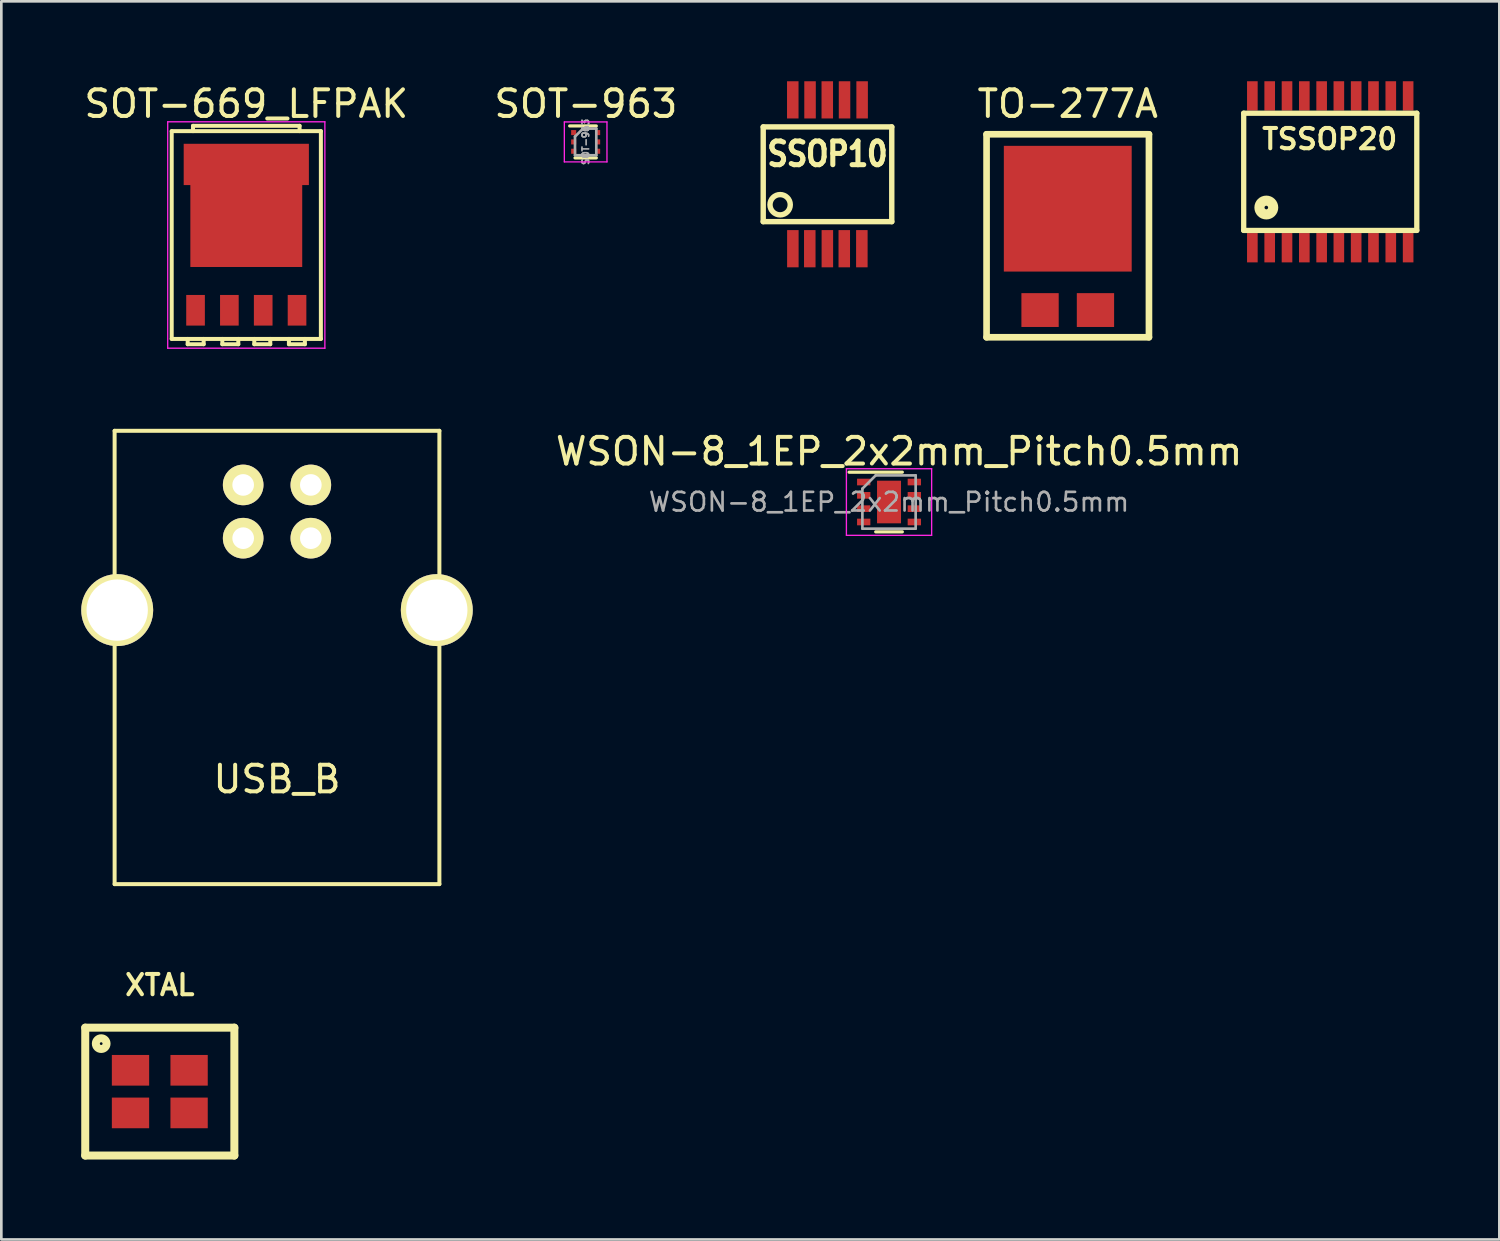
<source format=kicad_pcb>
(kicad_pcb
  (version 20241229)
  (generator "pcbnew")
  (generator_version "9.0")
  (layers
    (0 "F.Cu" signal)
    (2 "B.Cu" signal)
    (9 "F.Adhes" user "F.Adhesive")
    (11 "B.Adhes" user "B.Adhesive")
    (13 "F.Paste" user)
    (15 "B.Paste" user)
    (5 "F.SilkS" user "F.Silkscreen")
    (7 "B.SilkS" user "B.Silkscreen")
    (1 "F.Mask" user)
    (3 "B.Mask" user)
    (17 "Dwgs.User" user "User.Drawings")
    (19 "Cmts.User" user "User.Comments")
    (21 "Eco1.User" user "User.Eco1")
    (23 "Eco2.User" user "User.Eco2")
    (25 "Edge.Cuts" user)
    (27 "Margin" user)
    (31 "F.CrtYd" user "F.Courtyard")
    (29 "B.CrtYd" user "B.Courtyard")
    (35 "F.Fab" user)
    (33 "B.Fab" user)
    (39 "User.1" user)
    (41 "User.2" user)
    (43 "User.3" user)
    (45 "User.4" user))
  (footprint "SSOP10"
    (layer "F.Cu")
    (at 28.015 3.493)
    (property "Reference" "SSOP10" (at 0 -0.762 0) (layer "F.SilkS") (effects (font (size 0.889 0.762) (thickness 0.191))))
    (attr smd)
    (fp_line (start -2.413 -1.778) (end 2.413 -1.778) (stroke (width 0.203) (type solid)) (layer "F.SilkS"))
    (fp_line (start -2.413 1.778) (end -2.413 -1.778) (stroke (width 0.203) (type solid)) (layer "F.SilkS"))
    (fp_line (start 2.413 -1.778) (end 2.413 1.778) (stroke (width 0.203) (type solid)) (layer "F.SilkS"))
    (fp_line (start 2.413 1.778) (end -2.413 1.778) (stroke (width 0.203) (type solid)) (layer "F.SilkS"))
    (fp_circle (center -1.778 1.143) (end -2.159 1.143) (stroke (width 0.203) (type solid)) (fill no) (layer "F.SilkS"))
    (pad "1" smd rect (at -1.3 2.794) (size 0.432 1.397) (layers "F.Cu" "F.Mask" "F.Paste"))
    (pad "2" smd rect (at -0.665 2.794) (size 0.432 1.397) (layers "F.Cu" "F.Mask" "F.Paste"))
    (pad "3" smd rect (at -0.005 2.794) (size 0.432 1.397) (layers "F.Cu" "F.Mask" "F.Paste"))
    (pad "4" smd rect (at 0.63 2.794) (size 0.432 1.397) (layers "F.Cu" "F.Mask" "F.Paste"))
    (pad "5" smd rect (at 1.29 2.794) (size 0.432 1.397) (layers "F.Cu" "F.Mask" "F.Paste"))
    (pad "6" smd rect (at 1.3 -2.794) (size 0.432 1.397) (layers "F.Cu" "F.Mask" "F.Paste"))
    (pad "7" smd rect (at 0.64 -2.794) (size 0.432 1.397) (layers "F.Cu" "F.Mask" "F.Paste"))
    (pad "8" smd rect (at -0.008 -2.794) (size 0.432 1.397) (layers "F.Cu" "F.Mask" "F.Paste"))
    (pad "9" smd rect (at -0.655 -2.794) (size 0.432 1.397) (layers "F.Cu" "F.Mask" "F.Paste"))
    (pad "10" smd rect (at -1.303 -2.794) (size 0.432 1.397) (layers "F.Cu" "F.Mask" "F.Paste")))
  (footprint "USB_B"
    (layer "F.Cu")
    (at 7.349 19.854)
    (property "Reference" "USB_B" (at 0 6.35 0) (layer "F.SilkS") (effects (font (size 1 1) (thickness 0.15))))
    (attr through_hole)
    (fp_line (start -6.096 -6.731) (end -6.096 10.287) (stroke (width 0.15) (type solid)) (layer "F.SilkS"))
    (fp_line (start -6.096 10.287) (end 6.096 10.287) (stroke (width 0.15) (type solid)) (layer "F.SilkS"))
    (fp_line (start 6.096 -6.731) (end -6.096 -6.731) (stroke (width 0.15) (type solid)) (layer "F.SilkS"))
    (fp_line (start 6.096 10.287) (end 6.096 -6.731) (stroke (width 0.15) (type solid)) (layer "F.SilkS"))
    (pad "1" thru_hole circle (at 1.27 -4.699) (size 1.524 1.524) (drill 0.813) (layers "*.Cu" "*.Mask" "F.SilkS"))
    (pad "2" thru_hole circle (at -1.27 -4.699) (size 1.524 1.524) (drill 0.813) (layers "*.Cu" "*.Mask" "F.SilkS"))
    (pad "3" thru_hole circle (at -1.27 -2.7) (size 1.524 1.524) (drill 0.813) (layers "*.Cu" "*.Mask" "F.SilkS"))
    (pad "4" thru_hole circle (at 1.27 -2.7) (size 1.524 1.524) (drill 0.813) (layers "*.Cu" "*.Mask" "F.SilkS"))
    (pad "5" thru_hole circle (at 5.999 0) (size 2.7 2.7) (drill 2.301) (layers "*.Cu" "*.Mask" "F.SilkS"))
    (pad "6" thru_hole circle (at -5.999 0) (size 2.7 2.7) (drill 2.301) (layers "*.Cu" "*.Mask" "F.SilkS")))
  (footprint "SOT-963"
    (layer "F.Cu")
    (at 18.936 2.278)
    (property "Reference" "SOT-963" (at 0.01 -1.43 0) (layer "F.SilkS") (effects (font (size 1 1) (thickness 0.15))))
    (attr smd)
    (fp_line (start 0.4 -0.6) (end -0.6 -0.6) (stroke (width 0.12) (type solid)) (layer "F.SilkS"))
    (fp_line (start 0.4 0.6) (end -0.4 0.6) (stroke (width 0.12) (type solid)) (layer "F.SilkS"))
    (fp_line (start -0.8 -0.75) (end 0.8 -0.75) (stroke (width 0.05) (type solid)) (layer "F.CrtYd"))
    (fp_line (start -0.8 0.75) (end -0.8 -0.75) (stroke (width 0.05) (type solid)) (layer "F.CrtYd"))
    (fp_line (start 0.8 -0.75) (end 0.8 0.75) (stroke (width 0.05) (type solid)) (layer "F.CrtYd"))
    (fp_line (start 0.8 0.75) (end -0.8 0.75) (stroke (width 0.05) (type solid)) (layer "F.CrtYd"))
    (fp_line (start -0.4 -0.2) (end -0.1 -0.5) (stroke (width 0.1) (type solid)) (layer "F.Fab"))
    (fp_line (start -0.4 0.5) (end -0.4 -0.2) (stroke (width 0.1) (type solid)) (layer "F.Fab"))
    (fp_line (start -0.1 -0.5) (end 0.4 -0.5) (stroke (width 0.1) (type solid)) (layer "F.Fab"))
    (fp_line (start 0.4 -0.5) (end 0.4 0.5) (stroke (width 0.1) (type solid)) (layer "F.Fab"))
    (fp_line (start 0.4 0.5) (end -0.4 0.5) (stroke (width 0.1) (type solid)) (layer "F.Fab"))
    (fp_text user "${REFERENCE}" (at 0 0 90) (layer "F.Fab") (effects (font (size 0.25 0.25) (thickness 0.062))))
    (pad "1" smd rect (at -0.45 -0.35) (size 0.19 0.19) (layers "F.Cu" "F.Mask" "F.Paste"))
    (pad "2" smd rect (at -0.45 0) (size 0.19 0.19) (layers "F.Cu" "F.Mask" "F.Paste"))
    (pad "3" smd rect (at -0.45 0.35) (size 0.19 0.19) (layers "F.Cu" "F.Mask" "F.Paste"))
    (pad "4" smd rect (at 0.45 0.35) (size 0.19 0.19) (layers "F.Cu" "F.Mask" "F.Paste"))
    (pad "5" smd rect (at 0.45 0) (size 0.19 0.19) (layers "F.Cu" "F.Mask" "F.Paste"))
    (pad "6" smd rect (at 0.45 -0.35) (size 0.19 0.19) (layers "F.Cu" "F.Mask" "F.Paste")))
  (footprint "XTAL"
    (layer "F.Cu")
    (at 2.949 37.93)
    (property "Reference" "XTAL" (at 0 -4 0) (layer "F.SilkS") (effects (font (size 0.762 0.762) (thickness 0.152))))
    (attr smd)
    (fp_line (start -2.799 -2.4) (end 2.799 -2.4) (stroke (width 0.3) (type solid)) (layer "F.SilkS"))
    (fp_line (start -2.799 2.4) (end -2.799 -2.4) (stroke (width 0.3) (type solid)) (layer "F.SilkS"))
    (fp_line (start 2.799 -2.4) (end 2.799 2.4) (stroke (width 0.3) (type solid)) (layer "F.SilkS"))
    (fp_line (start 2.799 2.4) (end -2.799 2.4) (stroke (width 0.3) (type solid)) (layer "F.SilkS"))
    (fp_circle (center -2.2 -1.801) (end -1.999 -1.801) (stroke (width 0.3) (type solid)) (fill no) (layer "F.SilkS"))
    (pad "1" smd rect (at -1.1 0.8) (size 1.4 1.151) (layers "F.Cu" "F.Mask" "F.Paste"))
    (pad "2" smd rect (at -1.1 -0.8) (size 1.4 1.151) (layers "F.Cu" "F.Mask" "F.Paste"))
    (pad "2" smd rect (at 1.1 0.8) (size 1.4 1.151) (layers "F.Cu" "F.Mask" "F.Paste"))
    (pad "3" smd rect (at 1.1 -0.8) (size 1.4 1.151) (layers "F.Cu" "F.Mask" "F.Paste")))
  (footprint "WSON-8_1EP_2x2mm_Pitch0.5mm"
    (layer "F.Cu")
    (at 30.325 15.796)
    (property "Reference" "WSON-8_1EP_2x2mm_Pitch0.5mm" (at 0.38 -1.9 0) (layer "F.SilkS") (effects (font (size 1 1) (thickness 0.15))))
    (attr smd)
    (fp_line (start -1.5 -1.12) (end 0.5 -1.12) (stroke (width 0.12) (type solid)) (layer "F.SilkS"))
    (fp_line (start 0.5 1.12) (end -0.5 1.12) (stroke (width 0.12) (type solid)) (layer "F.SilkS"))
    (fp_line (start -1.6 -1.25) (end -1.6 1.25) (stroke (width 0.05) (type solid)) (layer "F.CrtYd"))
    (fp_line (start -1.6 -1.25) (end 1.6 -1.25) (stroke (width 0.05) (type solid)) (layer "F.CrtYd"))
    (fp_line (start -1.6 1.25) (end 1.6 1.25) (stroke (width 0.05) (type solid)) (layer "F.CrtYd"))
    (fp_line (start 1.6 -1.25) (end 1.6 1.25) (stroke (width 0.05) (type solid)) (layer "F.CrtYd"))
    (fp_line (start -1 1) (end -1 -0.5) (stroke (width 0.1) (type solid)) (layer "F.Fab"))
    (fp_line (start -0.5 -1) (end -1 -0.5) (stroke (width 0.1) (type solid)) (layer "F.Fab"))
    (fp_line (start -0.5 -1) (end 1 -1) (stroke (width 0.1) (type solid)) (layer "F.Fab"))
    (fp_line (start 1 -1) (end 1 1) (stroke (width 0.1) (type solid)) (layer "F.Fab"))
    (fp_line (start 1 1) (end -1 1) (stroke (width 0.1) (type solid)) (layer "F.Fab"))
    (fp_text user "${REFERENCE}" (at 0 0 0) (layer "F.Fab") (effects (font (size 0.7 0.7) (thickness 0.1))))
    (pad "1" smd rect (at -0.95 -0.75) (size 0.5 0.25) (layers "F.Cu" "F.Mask" "F.Paste"))
    (pad "2" smd rect (at -0.95 -0.25) (size 0.5 0.25) (layers "F.Cu" "F.Mask" "F.Paste"))
    (pad "3" smd rect (at -0.95 0.25) (size 0.5 0.25) (layers "F.Cu" "F.Mask" "F.Paste"))
    (pad "4" smd rect (at -0.95 0.75) (size 0.5 0.25) (layers "F.Cu" "F.Mask" "F.Paste"))
    (pad "5" smd rect (at 0.95 0.75) (size 0.5 0.25) (layers "F.Cu" "F.Mask" "F.Paste"))
    (pad "6" smd rect (at 0.95 0.25) (size 0.5 0.25) (layers "F.Cu" "F.Mask" "F.Paste"))
    (pad "7" smd rect (at 0.95 -0.25) (size 0.5 0.25) (layers "F.Cu" "F.Mask" "F.Paste"))
    (pad "8" smd rect (at 0.95 -0.75) (size 0.5 0.25) (layers "F.Cu" "F.Mask" "F.Paste"))
    (pad "9" smd rect (at 0 0) (size 0.9 1.6) (layers "F.Cu" "F.Mask")))
  (footprint "TSSOP20"
    (layer "F.Cu")
    (at 46.889 3.4)
    (property "Reference" "TSSOP20" (at -0.02 -1.229 0) (layer "F.SilkS") (effects (font (size 0.762 0.762) (thickness 0.152))))
    (attr smd)
    (fp_line (start -3.249 -2.2) (end -3.249 2.2) (stroke (width 0.198) (type solid)) (layer "F.SilkS"))
    (fp_line (start -3.249 -2.2) (end 3.249 -2.2) (stroke (width 0.198) (type solid)) (layer "F.SilkS"))
    (fp_line (start -3.249 2.2) (end 3.249 2.2) (stroke (width 0.198) (type solid)) (layer "F.SilkS"))
    (fp_line (start 3.249 -2.2) (end 3.249 2.2) (stroke (width 0.198) (type solid)) (layer "F.SilkS"))
    (fp_circle (center -2.4 1.341) (end -2.339 1.369) (stroke (width 0.381) (type solid)) (fill no) (layer "F.SilkS"))
    (pad "1" smd rect (at -2.924 2.85 180) (size 0.399 1.1) (layers "F.Cu" "F.Mask" "F.Paste"))
    (pad "2" smd rect (at -2.273 2.85 180) (size 0.399 1.1) (layers "F.Cu" "F.Mask" "F.Paste"))
    (pad "3" smd rect (at -1.623 2.85 180) (size 0.399 1.1) (layers "F.Cu" "F.Mask" "F.Paste"))
    (pad "4" smd rect (at -0.973 2.85 180) (size 0.399 1.1) (layers "F.Cu" "F.Mask" "F.Paste"))
    (pad "5" smd rect (at -0.323 2.85 180) (size 0.399 1.1) (layers "F.Cu" "F.Mask" "F.Paste"))
    (pad "6" smd rect (at 0.323 2.85 180) (size 0.399 1.1) (layers "F.Cu" "F.Mask" "F.Paste"))
    (pad "7" smd rect (at 0.973 2.85 180) (size 0.399 1.1) (layers "F.Cu" "F.Mask" "F.Paste"))
    (pad "8" smd rect (at 1.623 2.85 180) (size 0.399 1.1) (layers "F.Cu" "F.Mask" "F.Paste"))
    (pad "9" smd rect (at 2.273 2.85 180) (size 0.399 1.1) (layers "F.Cu" "F.Mask" "F.Paste"))
    (pad "10" smd rect (at 2.924 2.85 180) (size 0.399 1.1) (layers "F.Cu" "F.Mask" "F.Paste"))
    (pad "11" smd rect (at 2.924 -2.85) (size 0.399 1.1) (layers "F.Cu" "F.Mask" "F.Paste"))
    (pad "12" smd rect (at 2.273 -2.85) (size 0.399 1.1) (layers "F.Cu" "F.Mask" "F.Paste"))
    (pad "13" smd rect (at 1.623 -2.85) (size 0.399 1.1) (layers "F.Cu" "F.Mask" "F.Paste"))
    (pad "14" smd rect (at 0.973 -2.85) (size 0.399 1.1) (layers "F.Cu" "F.Mask" "F.Paste"))
    (pad "15" smd rect (at 0.323 -2.85) (size 0.399 1.1) (layers "F.Cu" "F.Mask" "F.Paste"))
    (pad "16" smd rect (at -0.323 -2.85) (size 0.399 1.1) (layers "F.Cu" "F.Mask" "F.Paste"))
    (pad "17" smd rect (at -0.973 -2.85) (size 0.399 1.1) (layers "F.Cu" "F.Mask" "F.Paste"))
    (pad "18" smd rect (at -1.623 -2.85) (size 0.399 1.1) (layers "F.Cu" "F.Mask" "F.Paste"))
    (pad "19" smd rect (at -2.273 -2.85) (size 0.399 1.1) (layers "F.Cu" "F.Mask" "F.Paste"))
    (pad "20" smd rect (at -2.924 -2.85) (size 0.399 1.1) (layers "F.Cu" "F.Mask" "F.Paste")))
  (footprint "SOT-669_LFPAK"
    (layer "F.Cu")
    (at 6.196 5.773)
    (property "Reference" "SOT-669_LFPAK" (at 0 -4.925 0) (layer "F.SilkS") (effects (font (size 1 1) (thickness 0.15))))
    (attr through_hole)
    (fp_line (start -2.8 -3.9) (end 2.8 -3.9) (stroke (width 0.15) (type solid)) (layer "F.SilkS"))
    (fp_line (start -2.8 3.9) (end -2.8 -3.9) (stroke (width 0.15) (type solid)) (layer "F.SilkS"))
    (fp_line (start -2.2 3.9) (end -2.2 4.1) (stroke (width 0.15) (type solid)) (layer "F.SilkS"))
    (fp_line (start -2.2 4.1) (end -1.6 4.1) (stroke (width 0.15) (type solid)) (layer "F.SilkS"))
    (fp_line (start -2 -4.1) (end 2 -4.1) (stroke (width 0.15) (type solid)) (layer "F.SilkS"))
    (fp_line (start -2 -3.9) (end -2 -4.1) (stroke (width 0.15) (type solid)) (layer "F.SilkS"))
    (fp_line (start -1.6 4.1) (end -1.6 3.9) (stroke (width 0.15) (type solid)) (layer "F.SilkS"))
    (fp_line (start -0.9 3.9) (end -0.9 4.1) (stroke (width 0.15) (type solid)) (layer "F.SilkS"))
    (fp_line (start -0.9 4.1) (end -0.3 4.1) (stroke (width 0.15) (type solid)) (layer "F.SilkS"))
    (fp_line (start -0.3 4.1) (end -0.3 3.9) (stroke (width 0.15) (type solid)) (layer "F.SilkS"))
    (fp_line (start 0.3 3.9) (end 0.3 4.1) (stroke (width 0.15) (type solid)) (layer "F.SilkS"))
    (fp_line (start 0.3 4.1) (end 0.9 4.1) (stroke (width 0.15) (type solid)) (layer "F.SilkS"))
    (fp_line (start 0.9 4.1) (end 0.9 3.9) (stroke (width 0.15) (type solid)) (layer "F.SilkS"))
    (fp_line (start 1.6 3.9) (end 1.6 4.1) (stroke (width 0.15) (type solid)) (layer "F.SilkS"))
    (fp_line (start 1.6 4.1) (end 2.2 4.1) (stroke (width 0.15) (type solid)) (layer "F.SilkS"))
    (fp_line (start 2 -4.1) (end 2 -3.9) (stroke (width 0.15) (type solid)) (layer "F.SilkS"))
    (fp_line (start 2.2 4.1) (end 2.2 3.9) (stroke (width 0.15) (type solid)) (layer "F.SilkS"))
    (fp_line (start 2.8 -3.9) (end 2.8 3.9) (stroke (width 0.15) (type solid)) (layer "F.SilkS"))
    (fp_line (start 2.8 3.9) (end -2.8 3.9) (stroke (width 0.15) (type solid)) (layer "F.SilkS"))
    (fp_line (start -2.95 -4.25) (end 2.95 -4.25) (stroke (width 0.05) (type solid)) (layer "F.CrtYd"))
    (fp_line (start -2.95 4.25) (end -2.95 -4.25) (stroke (width 0.05) (type solid)) (layer "F.CrtYd"))
    (fp_line (start -2.95 4.25) (end 2.95 4.25) (stroke (width 0.05) (type solid)) (layer "F.CrtYd"))
    (fp_line (start 2.95 -4.25) (end 2.95 4.25) (stroke (width 0.05) (type solid)) (layer "F.CrtYd"))
    (pad "" smd rect (at -1.875 -2.9) (size 0.6 0.9) (layers "F.Paste"))
    (pad "" smd rect (at -1.15 -1.05 90) (size 0.6 0.9) (layers "F.Paste"))
    (pad "" smd rect (at -1.15 -0.2 90) (size 0.6 0.9) (layers "F.Paste"))
    (pad "" smd rect (at -1.15 0.65 90) (size 0.6 0.9) (layers "F.Paste"))
    (pad "" smd rect (at -0.6 -2.9) (size 0.6 0.9) (layers "F.Paste"))
    (pad "" smd rect (at 0 -1.05 90) (size 0.6 0.9) (layers "F.Paste"))
    (pad "" smd rect (at 0 -0.2 90) (size 0.6 0.9) (layers "F.Paste"))
    (pad "" smd rect (at 0 0.65 90) (size 0.6 0.9) (layers "F.Paste"))
    (pad "" smd rect (at 0.6 -2.9) (size 0.6 0.9) (layers "F.Paste"))
    (pad "" smd rect (at 1.15 -1.05 90) (size 0.6 0.9) (layers "F.Paste"))
    (pad "" smd rect (at 1.15 -0.2 90) (size 0.6 0.9) (layers "F.Paste"))
    (pad "" smd rect (at 1.15 0.65 90) (size 0.6 0.9) (layers "F.Paste"))
    (pad "" smd rect (at 1.875 -2.9) (size 0.6 0.9) (layers "F.Paste"))
    (pad "1" smd rect (at -1.905 2.825) (size 0.7 1.15) (layers "F.Cu" "F.Mask" "F.Paste"))
    (pad "2" smd rect (at -0.635 2.825) (size 0.7 1.15) (layers "F.Cu" "F.Mask" "F.Paste"))
    (pad "3" smd rect (at 0.635 2.825) (size 0.7 1.15) (layers "F.Cu" "F.Mask" "F.Paste"))
    (pad "4" smd rect (at 1.905 2.825) (size 0.7 1.15) (layers "F.Cu" "F.Mask" "F.Paste"))
    (pad "5" smd rect (at 0 -2.65) (size 4.7 1.55) (layers "F.Cu" "F.Mask"))
    (pad "5" smd rect (at 0 -0.45) (size 4.2 3.3) (layers "F.Cu" "F.Mask")))
  (footprint "TO-277A"
    (layer "F.Cu")
    (at 37.035 4.785)
    (property "Reference" "TO-277A" (at 0 -3.937 0) (layer "F.SilkS") (effects (font (size 1 1) (thickness 0.15))))
    (attr through_hole)
    (fp_line (start -3.048 -2.794) (end -3.048 4.826) (stroke (width 0.25) (type solid)) (layer "F.SilkS"))
    (fp_line (start -3.048 4.826) (end 3.048 4.826) (stroke (width 0.25) (type solid)) (layer "F.SilkS"))
    (fp_line (start 3.048 -2.794) (end -3.048 -2.794) (stroke (width 0.25) (type solid)) (layer "F.SilkS"))
    (fp_line (start 3.048 4.826) (end 3.048 -2.794) (stroke (width 0.25) (type solid)) (layer "F.SilkS"))
    (pad "1" smd rect (at -1.04 3.805) (size 1.4 1.27) (layers "F.Cu" "F.Mask" "F.Paste"))
    (pad "1" smd rect (at 1.04 3.805) (size 1.4 1.27) (layers "F.Cu" "F.Mask" "F.Paste"))
    (pad "2" smd rect (at 0 0) (size 4.8 4.72) (layers "F.Cu" "F.Mask" "F.Paste")))
  (gr_rect
    (start -3 -3)
    (end 53.237 43.48)
    (stroke (width 0.1) (type default))
    (fill no)
    (layer "Edge.Cuts")))
</source>
